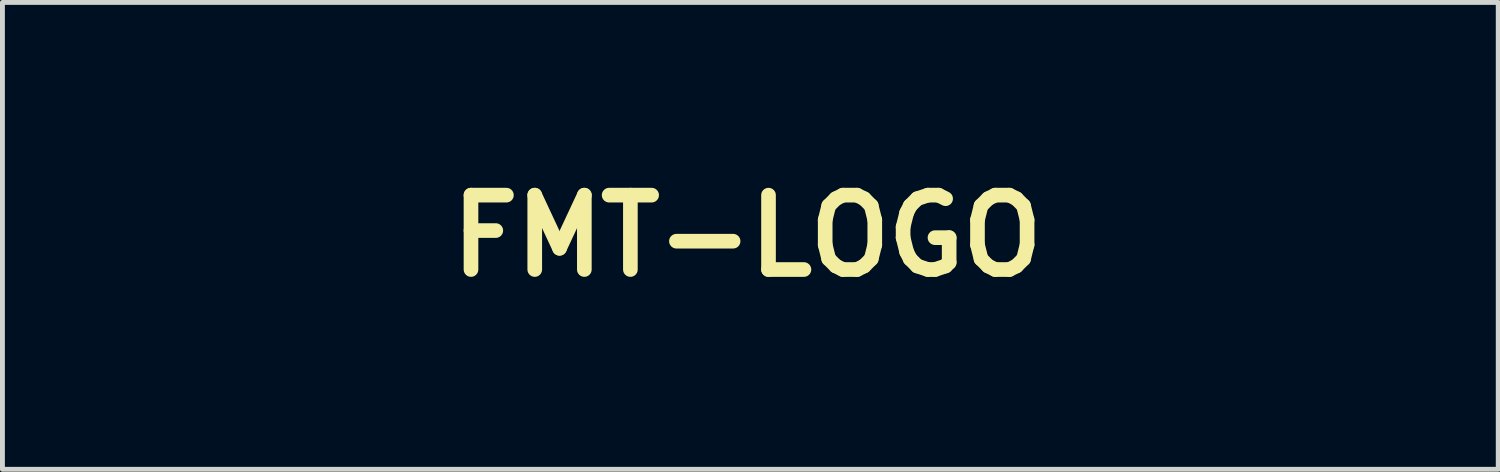
<source format=kicad_pcb>
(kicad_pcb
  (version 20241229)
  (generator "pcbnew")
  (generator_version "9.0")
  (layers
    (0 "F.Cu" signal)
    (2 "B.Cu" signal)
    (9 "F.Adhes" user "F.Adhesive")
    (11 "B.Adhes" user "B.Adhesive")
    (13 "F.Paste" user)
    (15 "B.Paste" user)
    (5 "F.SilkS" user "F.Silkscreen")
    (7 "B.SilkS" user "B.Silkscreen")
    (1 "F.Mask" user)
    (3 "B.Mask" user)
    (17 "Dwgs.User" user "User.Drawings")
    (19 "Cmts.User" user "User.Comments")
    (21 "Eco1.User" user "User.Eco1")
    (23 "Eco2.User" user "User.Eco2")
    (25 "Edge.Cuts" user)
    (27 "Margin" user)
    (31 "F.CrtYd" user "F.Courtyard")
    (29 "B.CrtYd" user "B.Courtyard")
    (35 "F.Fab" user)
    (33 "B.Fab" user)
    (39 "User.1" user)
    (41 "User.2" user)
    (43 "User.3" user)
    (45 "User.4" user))
  (footprint "FMT-LOGO"
    (layer "F.Cu")
    (at 12.261 1.783)
    (property "Reference" "FMT-LOGO" (at 0 0 0) (layer "F.SilkS") (effects (font (size 1.524 1.524) (thickness 0.3))))
    (attr through_hole)
    (fp_poly (pts (xy -5.357 -1.302) (xy -5.412 -1.078) (xy -5.557 -0.967) (xy -5.868 -0.919) (xy -5.937 -0.913) (xy -6.477 -0.874) (xy -6.477 1.778) (xy -7.366 1.778) (xy -7.366 -0.874) (xy -7.906 -0.913) (xy -8.25 -0.957) (xy -8.416 -1.055) (xy -8.48 -1.257) (xy -8.486 -1.302) (xy -8.526 -1.651) (xy -5.317 -1.651) (xy -5.357 -1.302)) (stroke (width 0.01) (type solid)) (fill yes) (layer "F.Mask"))
    (fp_poly (pts (xy 3.997 -1.722) (xy 4.234 -1.556) (xy 4.436 -1.237) (xy 4.652 -0.728) (xy 4.724 -0.541) (xy 5.144 0.567) (xy 5.271 -1.714) (xy 6.032 -1.714) (xy 6.103 1.665) (xy 4.763 1.587) (xy 4.27 0.349) (xy 3.995 -0.304) (xy 3.783 -0.712) (xy 3.627 -0.876) (xy 3.521 -0.794) (xy 3.458 -0.468) (xy 3.431 0.105) (xy 3.429 0.381) (xy 3.429 1.651) (xy 2.66 1.651) (xy 2.695 -0.032) (xy 2.731 -1.714) (xy 3.226 -1.755) (xy 3.677 -1.775) (xy 3.997 -1.722)) (stroke (width 0.01) (type solid)) (fill yes) (layer "F.Mask"))
    (fp_poly (pts (xy -10.86 0.004) (xy -10.585 0.03) (xy -10.455 0.095) (xy -10.416 0.219) (xy -10.414 0.318) (xy -10.491 0.561) (xy -10.665 0.642) (xy -10.848 0.524) (xy -10.858 0.508) (xy -11.034 0.409) (xy -11.239 0.381) (xy -11.505 0.429) (xy -11.62 0.508) (xy -11.575 0.601) (xy -11.365 0.635) (xy -11.122 0.704) (xy -11.067 0.861) (xy -11.189 1.035) (xy -11.429 1.143) (xy -11.63 1.225) (xy -11.587 1.315) (xy -11.423 1.501) (xy -11.478 1.671) (xy -11.724 1.77) (xy -11.843 1.778) (xy -12.255 1.778) (xy -12.255 0) (xy -11.335 0) (xy -10.86 0.004)) (stroke (width 0.01) (type solid)) (fill yes) (layer "F.Mask"))
    (fp_poly (pts (xy -9.536 0.05) (xy -9.337 0.246) (xy -9.249 0.411) (xy -9.055 0.822) (xy -8.842 0.411) (xy -8.629 0.112) (xy -8.366 0.004) (xy -8.279 0) (xy -8.094 0.01) (xy -7.991 0.076) (xy -7.947 0.256) (xy -7.943 0.606) (xy -7.947 0.857) (xy -7.966 1.714) (xy -8.38 1.755) (xy -8.659 1.767) (xy -8.75 1.682) (xy -8.716 1.442) (xy -8.715 1.438) (xy -8.635 1.079) (xy -8.83 1.429) (xy -9.033 1.708) (xy -9.211 1.742) (xy -9.39 1.528) (xy -9.472 1.365) (xy -9.66 0.953) (xy -9.582 1.365) (xy -9.549 1.647) (xy -9.627 1.759) (xy -9.832 1.778) (xy -10.08 1.767) (xy -10.168 1.746) (xy -10.176 1.613) (xy -10.189 1.295) (xy -10.204 0.861) (xy -10.204 0.857) (xy -10.232 0) (xy -9.838 0) (xy -9.536 0.05)) (stroke (width 0.01) (type solid)) (fill yes) (layer "F.Mask"))
    (fp_poly (pts (xy -3.223 -1.694) (xy -2.91 -1.616) (xy -2.657 -1.45) (xy -2.597 -1.397) (xy -2.244 -0.962) (xy -1.995 -0.446) (xy -1.905 0.019) (xy -1.994 0.446) (xy -2.22 0.922) (xy -2.523 1.339) (xy -2.779 1.559) (xy -3.283 1.736) (xy -3.865 1.764) (xy -4.408 1.644) (xy -4.622 1.534) (xy -5.115 1.075) (xy -5.396 0.518) (xy -5.437 0.134) (xy -4.675 0.134) (xy -4.517 0.566) (xy -4.436 0.681) (xy -4.08 0.949) (xy -3.637 1.024) (xy -3.191 0.903) (xy -2.961 0.74) (xy -2.713 0.35) (xy -2.675 -0.104) (xy -2.846 -0.543) (xy -2.979 -0.704) (xy -3.375 -0.965) (xy -3.78 -1.014) (xy -4.152 -0.891) (xy -4.452 -0.633) (xy -4.64 -0.279) (xy -4.675 0.134) (xy -5.437 0.134) (xy -5.46 -0.086) (xy -5.302 -0.688) (xy -4.916 -1.239) (xy -4.905 -1.25) (xy -4.617 -1.515) (xy -4.368 -1.654) (xy -4.05 -1.707) (xy -3.691 -1.714) (xy -3.223 -1.694)) (stroke (width 0.01) (type solid)) (fill yes) (layer "F.Mask"))
    (fp_poly (pts (xy 8.183 -1.751) (xy 9.335 -1.714) (xy 9.375 -1.365) (xy 9.415 -1.016) (xy 8.295 -0.998) (xy 7.176 -0.98) (xy 8.03 -0.893) (xy 8.644 -0.792) (xy 9.066 -0.616) (xy 9.354 -0.328) (xy 9.526 0.002) (xy 9.613 0.371) (xy 9.541 0.776) (xy 9.531 0.808) (xy 9.372 1.162) (xy 9.139 1.405) (xy 8.789 1.554) (xy 8.277 1.63) (xy 7.561 1.651) (xy 6.35 1.651) (xy 6.35 0.889) (xy 7.404 0.889) (xy 8.018 0.871) (xy 8.42 0.807) (xy 8.65 0.678) (xy 8.749 0.467) (xy 8.763 0.292) (xy 8.746 0.138) (xy 8.658 0.051) (xy 8.444 0.011) (xy 8.047 0.000287) (xy 7.891 0) (xy 7.363 -0.019) (xy 7.006 -0.087) (xy 6.741 -0.221) (xy 6.685 -0.263) (xy 6.404 -0.615) (xy 6.358 -1.007) (xy 6.547 -1.384) (xy 6.69 -1.519) (xy 6.886 -1.648) (xy 7.11 -1.725) (xy 7.429 -1.758) (xy 7.909 -1.758) (xy 8.183 -1.751)) (stroke (width 0.01) (type solid)) (fill yes) (layer "F.Mask"))
    (fp_poly (pts (xy 1.576 1.714) (xy 0.699 1.714) (xy 0.448 0.762) (xy 0.198 -0.191) (xy 0.004 0.635) (xy -0.134 1.178) (xy -0.256 1.518) (xy -0.389 1.7) (xy -0.561 1.77) (xy -0.69 1.778) (xy -0.974 1.715) (xy -1.108 1.619) (xy -1.173 1.454) (xy -1.278 1.102) (xy -1.408 0.623) (xy -1.549 0.077) (xy -1.684 -0.474) (xy -1.799 -0.97) (xy -1.878 -1.352) (xy -1.906 -1.556) (xy -1.795 -1.624) (xy -1.538 -1.651) (xy -1.352 -1.637) (xy -1.224 -1.561) (xy -1.123 -1.374) (xy -1.016 -1.024) (xy -0.925 -0.667) (xy -0.679 0.318) (xy -0.443 -0.667) (xy -0.322 -1.156) (xy -0.227 -1.448) (xy -0.123 -1.594) (xy 0.023 -1.645) (xy 0.209 -1.651) (xy 0.408 -1.639) (xy 0.554 -1.576) (xy 0.667 -1.42) (xy 0.771 -1.129) (xy 0.887 -0.661) (xy 0.992 -0.191) (xy 1.103 0.318) (xy 1.242 -0.191) (xy 1.365 -0.649) (xy 1.481 -1.098) (xy 1.492 -1.143) (xy 1.606 -1.453) (xy 1.792 -1.591) (xy 1.99 -1.626) (xy 2.377 -1.664) (xy 1.576 1.714)) (stroke (width 0.01) (type solid)) (fill yes) (layer "F.Mask"))
    (fp_poly (pts (xy 11.784 -1.763) (xy 12.161 -1.723) (xy 12.366 -1.666) (xy 12.383 -1.651) (xy 12.354 -1.542) (xy 12.263 -1.524) (xy 12.178 -1.49) (xy 12.121 -1.362) (xy 12.086 -1.099) (xy 12.069 -0.663) (xy 12.065 -0.013) (xy 12.065 -0.009) (xy 12.069 0.64) (xy 12.085 1.078) (xy 12.118 1.348) (xy 12.176 1.493) (xy 12.264 1.556) (xy 12.287 1.563) (xy 12.268 1.588) (xy 12.036 1.607) (xy 11.636 1.619) (xy 11.303 1.622) (xy 10.815 1.616) (xy 10.468 1.601) (xy 10.305 1.58) (xy 10.319 1.563) (xy 10.414 1.512) (xy 10.477 1.388) (xy 10.516 1.148) (xy 10.535 0.749) (xy 10.541 0.149) (xy 10.541 0) (xy 11.049 0) (xy 11.051 0.643) (xy 11.064 1.075) (xy 11.092 1.336) (xy 11.145 1.47) (xy 11.228 1.519) (xy 11.303 1.524) (xy 11.41 1.509) (xy 11.482 1.436) (xy 11.526 1.263) (xy 11.548 0.948) (xy 11.556 0.449) (xy 11.557 0) (xy 11.555 -0.643) (xy 11.542 -1.075) (xy 11.514 -1.336) (xy 11.461 -1.47) (xy 11.378 -1.519) (xy 11.303 -1.524) (xy 11.196 -1.509) (xy 11.124 -1.436) (xy 11.08 -1.263) (xy 11.058 -0.948) (xy 11.05 -0.449) (xy 11.049 0) (xy 10.541 0) (xy 10.541 -0.009) (xy 10.537 -0.661) (xy 10.52 -1.098) (xy 10.486 -1.361) (xy 10.428 -1.49) (xy 10.343 -1.524) (xy 10.343 -1.524) (xy 10.212 -1.586) (xy 10.223 -1.651) (xy 10.379 -1.711) (xy 10.722 -1.756) (xy 11.185 -1.777) (xy 11.303 -1.778) (xy 11.784 -1.763)) (stroke (width 0.01) (type solid)) (fill yes) (layer "F.Mask")))
  (gr_rect
    (start -3 -3)
    (end 27.648 6.566)
    (stroke (width 0.1) (type default))
    (fill no)
    (layer "Edge.Cuts")))
</source>
